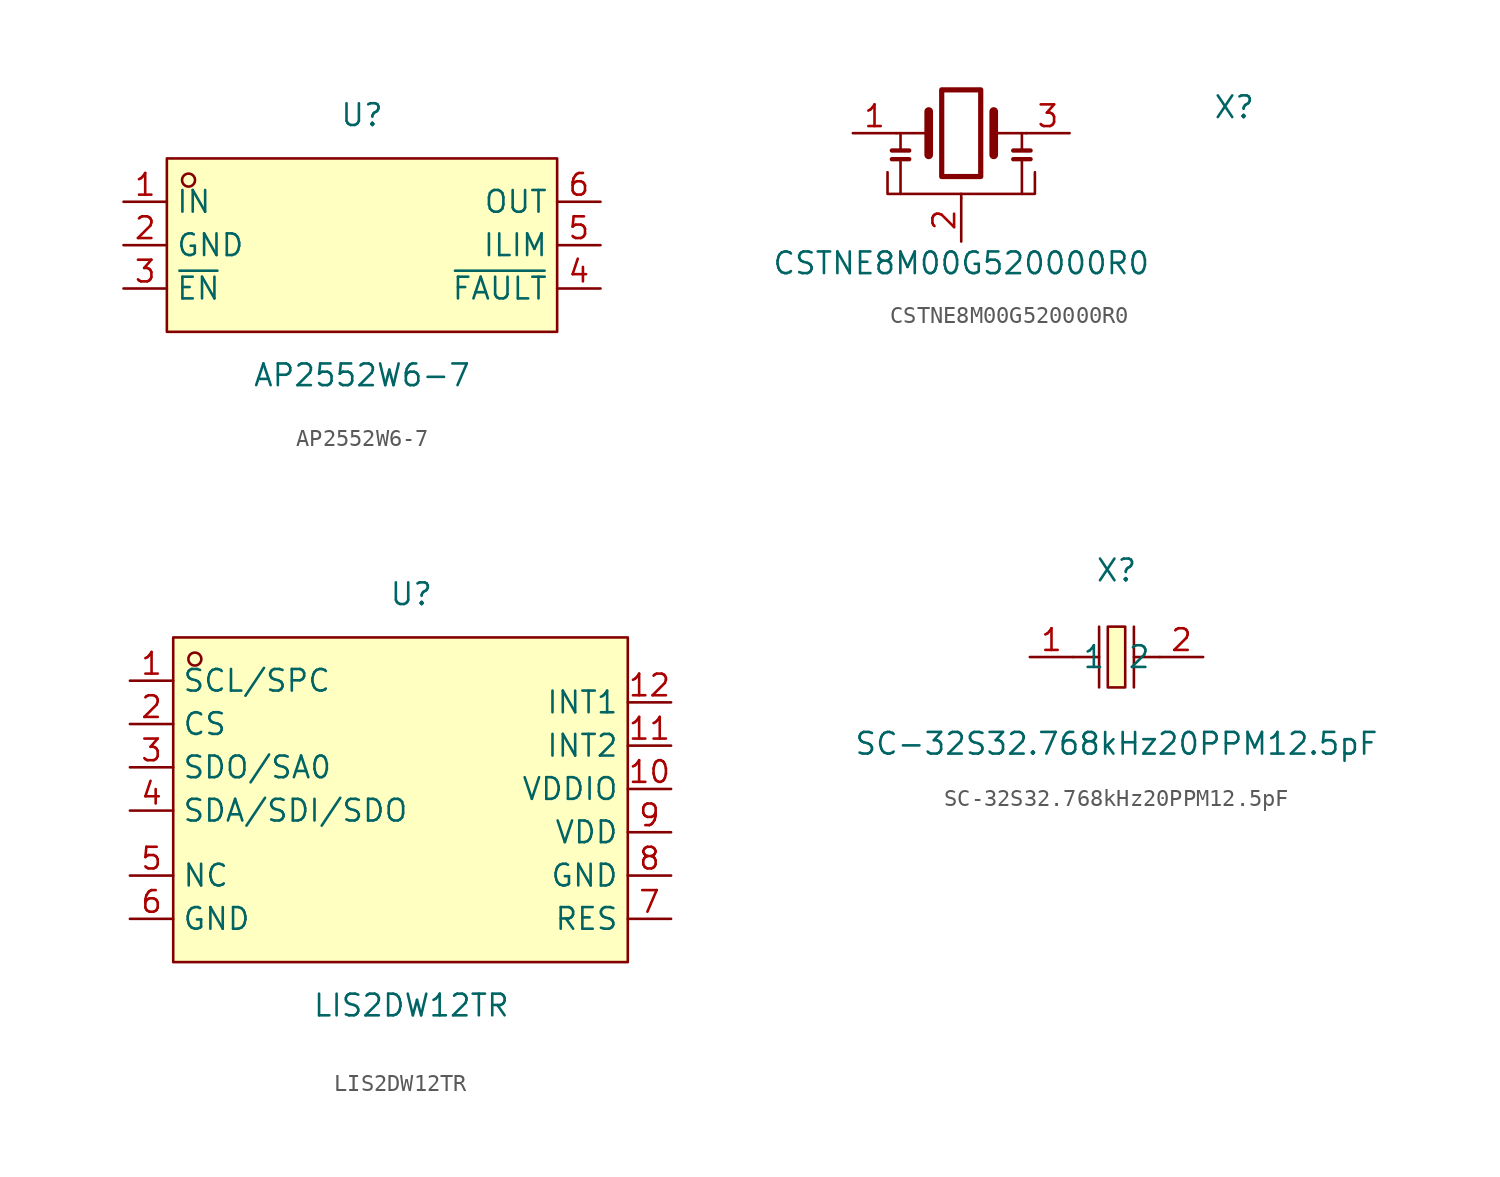
<source format=kicad_sym>
(kicad_symbol_lib
  (version 20231120)
  (generator "kicad_symbol_editor")
  (generator_version "8.0")
  (symbol "AP2552W6-7"
    (property "Reference" "U"
      (at 0 7.62 0)
      (effects (font (size 1.27 1.27))))
    (property "Value" "AP2552W6-7"
      (at 0 -7.62 0)
      (effects (font (size 1.27 1.27))))
    (symbol "AP2552W6-7_0_1"
      (rectangle (start -11.43 5.08) (end 11.43 -5.08) (stroke (width 0) (type default)) (fill (type background)))
      (circle (center -10.16 3.81) (radius 0.38) (stroke (width 0) (type default)) (fill (type none)))
      (pin unspecified line (at -13.97 2.54 0) (length 2.54) (name "IN" (effects (font (size 1.27 1.27)))) (number "1" (effects (font (size 1.27 1.27)))))
      (pin unspecified line (at -13.97 0 0) (length 2.54) (name "GND" (effects (font (size 1.27 1.27)))) (number "2" (effects (font (size 1.27 1.27)))))
      (pin unspecified line (at 13.97 -2.54 180) (length 2.54) (name "~{FAULT}" (effects (font (size 1.27 1.27)))) (number "4" (effects (font (size 1.27 1.27)))))
      (pin unspecified line (at 13.97 0 180) (length 2.54) (name "ILIM" (effects (font (size 1.27 1.27)))) (number "5" (effects (font (size 1.27 1.27)))))
      (pin unspecified line (at 13.97 2.54 180) (length 2.54) (name "OUT" (effects (font (size 1.27 1.27)))) (number "6" (effects (font (size 1.27 1.27))))))
    (symbol "AP2552W6-7_1_1"
      (pin unspecified line (at -13.97 -2.54 0) (length 2.54) (name "~{EN}" (effects (font (size 1.27 1.27)))) (number "3" (effects (font (size 1.27 1.27)))))))
  (symbol "CSTNE8M00G520000R0"
    (property "Reference" "X"
      (at 16.002 1.524 0)
      (effects (font (size 1.27 1.27))))
    (property "Value" "CSTNE8M00G520000R0"
      (at 0 -7.62 0)
      (effects (font (size 1.27 1.27))))
    (symbol "CSTNE8M00G520000R0_0_1"
      (rectangle (start -1.143 2.54) (end 1.143 -2.54) (stroke (width 0.305) (type default)) (fill (type none)))
      (polyline (pts (xy -3.81 0) (xy -1.905 0)) (stroke (width 0) (type default)) (fill (type none)))
      (polyline (pts (xy -1.905 -1.27) (xy -1.905 1.27)) (stroke (width 0.508) (type default)) (fill (type none)))
      (polyline (pts (xy 0 -3.81) (xy 0 -3.556)) (stroke (width 0) (type default)) (fill (type none)))
      (polyline (pts (xy 1.905 0) (xy 3.81 0)) (stroke (width 0) (type default)) (fill (type none)))
      (polyline (pts (xy 1.905 1.27) (xy 1.905 -1.27)) (stroke (width 0.508) (type default)) (fill (type none)))
      (polyline (pts (xy -4.318 -2.286) (xy -4.318 -3.556) (xy 4.318 -3.556) (xy 4.318 -2.286)) (stroke (width 0) (type default)) (fill (type none))))
    (symbol "CSTNE8M00G520000R0_1_1"
      (polyline (pts (xy -4.064 -1.524) (xy -3.048 -1.524)) (stroke (width 0.254) (type default)) (fill (type none)))
      (polyline (pts (xy -4.064 -1.016) (xy -3.048 -1.016)) (stroke (width 0.254) (type default)) (fill (type none)))
      (polyline (pts (xy -3.556 -1.524) (xy -3.556 -3.556)) (stroke (width 0) (type default)) (fill (type none)))
      (polyline (pts (xy -3.556 -1.016) (xy -3.556 0)) (stroke (width 0) (type default)) (fill (type none)))
      (polyline (pts (xy 3.048 -1.524) (xy 4.064 -1.524)) (stroke (width 0.254) (type default)) (fill (type none)))
      (polyline (pts (xy 3.048 -1.016) (xy 4.064 -1.016)) (stroke (width 0.254) (type default)) (fill (type none)))
      (polyline (pts (xy 3.556 -1.524) (xy 3.556 -3.556)) (stroke (width 0) (type default)) (fill (type none)))
      (polyline (pts (xy 3.556 -1.016) (xy 3.556 0)) (stroke (width 0) (type default)) (fill (type none)))
      (pin passive line (at -6.35 0 0) (length 2.54) (name "" (effects (font (size 1.27 1.27)))) (number "1" (effects (font (size 1.27 1.27)))))
      (pin passive line (at 0 -6.35 90) (length 2.54) (name "" (effects (font (size 1.27 1.27)))) (number "2" (effects (font (size 1.27 1.27)))))
      (pin passive line (at 6.35 0 180) (length 2.54) (name "" (effects (font (size 1.27 1.27)))) (number "3" (effects (font (size 1.27 1.27)))))))
  (symbol "LIS2DW12TR"
    (property "Reference" "U"
      (at 0 12.7 0)
      (effects (font (size 1.27 1.27))))
    (property "Value" "LIS2DW12TR"
      (at 0 -11.43 0)
      (effects (font (size 1.27 1.27))))
    (symbol "LIS2DW12TR_0_1"
      (rectangle (start -13.97 10.16) (end 12.7 -8.89) (stroke (width 0) (type default)) (fill (type background)))
      (circle (center -12.7 8.89) (radius 0.38) (stroke (width 0) (type default)) (fill (type none)))
      (pin unspecified line (at -16.51 7.62 0) (length 2.54) (name "SCL/SPC" (effects (font (size 1.27 1.27)))) (number "1" (effects (font (size 1.27 1.27)))))
      (pin unspecified line (at 15.24 1.27 180) (length 2.54) (name "VDDIO" (effects (font (size 1.27 1.27)))) (number "10" (effects (font (size 1.27 1.27)))))
      (pin unspecified line (at 15.24 3.81 180) (length 2.54) (name "INT2" (effects (font (size 1.27 1.27)))) (number "11" (effects (font (size 1.27 1.27)))))
      (pin unspecified line (at 15.24 6.35 180) (length 2.54) (name "INT1" (effects (font (size 1.27 1.27)))) (number "12" (effects (font (size 1.27 1.27)))))
      (pin unspecified line (at -16.51 5.08 0) (length 2.54) (name "CS" (effects (font (size 1.27 1.27)))) (number "2" (effects (font (size 1.27 1.27)))))
      (pin unspecified line (at -16.51 2.54 0) (length 2.54) (name "SDO/SA0" (effects (font (size 1.27 1.27)))) (number "3" (effects (font (size 1.27 1.27)))))
      (pin unspecified line (at -16.51 0 0) (length 2.54) (name "SDA/SDI/SDO" (effects (font (size 1.27 1.27)))) (number "4" (effects (font (size 1.27 1.27)))))
      (pin unspecified line (at -16.51 -3.81 0) (length 2.54) (name "NC" (effects (font (size 1.27 1.27)))) (number "5" (effects (font (size 1.27 1.27)))))
      (pin unspecified line (at -16.51 -6.35 0) (length 2.54) (name "GND" (effects (font (size 1.27 1.27)))) (number "6" (effects (font (size 1.27 1.27)))))
      (pin unspecified line (at 15.24 -6.35 180) (length 2.54) (name "RES" (effects (font (size 1.27 1.27)))) (number "7" (effects (font (size 1.27 1.27)))))
      (pin unspecified line (at 15.24 -3.81 180) (length 2.54) (name "GND" (effects (font (size 1.27 1.27)))) (number "8" (effects (font (size 1.27 1.27)))))
      (pin unspecified line (at 15.24 -1.27 180) (length 2.54) (name "VDD" (effects (font (size 1.27 1.27)))) (number "9" (effects (font (size 1.27 1.27)))))))
  (symbol "SC-32S32.768kHz20PPM12.5pF"
    (property "Reference" "X"
      (at 0 5.08 0)
      (effects (font (size 1.27 1.27))))
    (property "Value" "SC-32S32.768kHz20PPM12.5pF"
      (at 0 -5.08 0)
      (effects (font (size 1.27 1.27))))
    (symbol "SC-32S32.768kHz20PPM12.5pF_0_1"
      (rectangle (start -0.51 1.78) (end 0.51 -1.78) (stroke (width 0) (type default)) (fill (type background)))
      (polyline (pts (xy -2.54 0) (xy -1.02 0)) (stroke (width 0) (type default)) (fill (type none)))
      (polyline (pts (xy -1.02 1.78) (xy -1.02 -1.78)) (stroke (width 0) (type default)) (fill (type none)))
      (polyline (pts (xy 1.02 0) (xy 2.54 0)) (stroke (width 0) (type default)) (fill (type none)))
      (polyline (pts (xy 1.02 1.78) (xy 1.02 -1.78)) (stroke (width 0) (type default)) (fill (type none)))
      (pin unspecified line (at -5.08 0 0) (length 2.54) (name "1" (effects (font (size 1.27 1.27)))) (number "1" (effects (font (size 1.27 1.27)))))
      (pin unspecified line (at 5.08 0 180) (length 2.54) (name "2" (effects (font (size 1.27 1.27)))) (number "2" (effects (font (size 1.27 1.27))))))))
</source>
